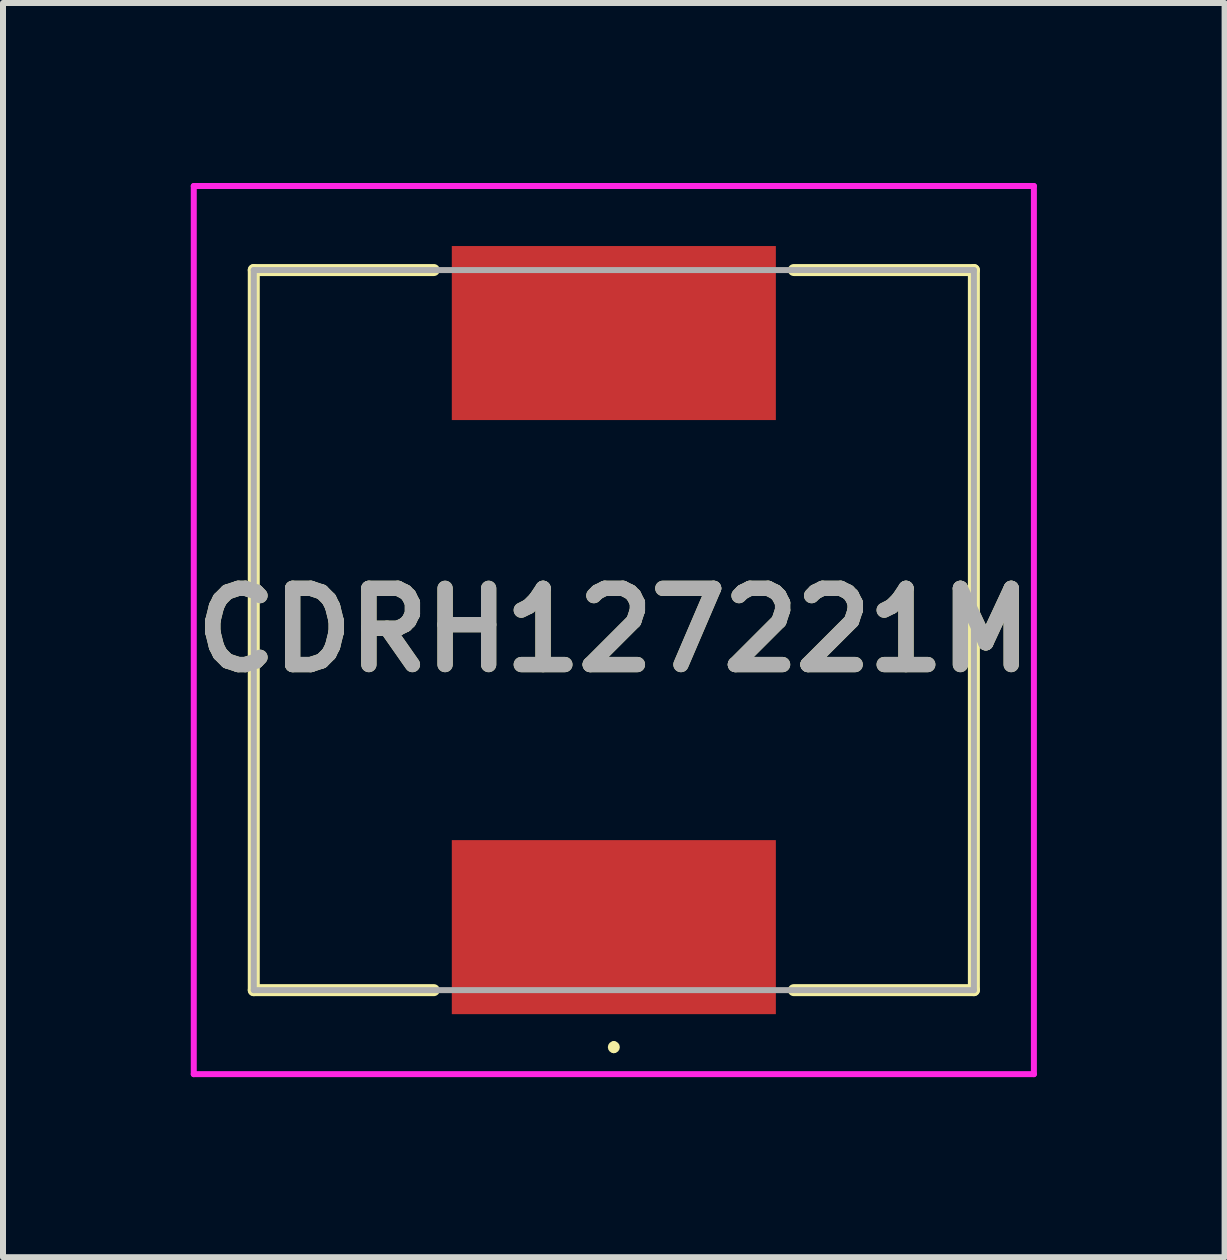
<source format=kicad_pcb>
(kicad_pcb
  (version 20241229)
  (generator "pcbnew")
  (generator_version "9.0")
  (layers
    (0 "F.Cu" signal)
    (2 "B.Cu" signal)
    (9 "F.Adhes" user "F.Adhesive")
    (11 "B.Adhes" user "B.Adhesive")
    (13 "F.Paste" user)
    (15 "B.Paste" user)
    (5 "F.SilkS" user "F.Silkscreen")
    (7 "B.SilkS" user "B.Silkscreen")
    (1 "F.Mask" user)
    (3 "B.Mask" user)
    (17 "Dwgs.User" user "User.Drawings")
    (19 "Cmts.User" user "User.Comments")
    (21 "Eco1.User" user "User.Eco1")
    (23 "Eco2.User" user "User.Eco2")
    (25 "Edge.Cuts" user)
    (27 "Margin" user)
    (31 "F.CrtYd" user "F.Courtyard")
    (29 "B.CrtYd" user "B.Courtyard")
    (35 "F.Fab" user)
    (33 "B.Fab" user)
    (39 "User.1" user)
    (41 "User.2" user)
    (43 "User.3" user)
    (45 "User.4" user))
  (footprint "CDRH127221M"
    (layer "F.Cu")
    (at 7.179 7.45)
    (property "Reference" "CDRH127221M" (at 0 0 0) (layer "F.SilkS") (effects (font (size 1.27 1.27) (thickness 0.254))))
    (attr smd)
    (fp_line (start -6 -6) (end -6 6) (stroke (width 0.2) (type solid)) (layer "F.SilkS"))
    (fp_line (start -6 6) (end -3 6) (stroke (width 0.2) (type solid)) (layer "F.SilkS"))
    (fp_line (start -3 -6) (end -6 -6) (stroke (width 0.2) (type solid)) (layer "F.SilkS"))
    (fp_line (start 0 6.9) (end 0 6.9) (stroke (width 0.1) (type solid)) (layer "F.SilkS"))
    (fp_line (start 0 7) (end 0 7) (stroke (width 0.1) (type solid)) (layer "F.SilkS"))
    (fp_line (start 3 6) (end 6 6) (stroke (width 0.2) (type solid)) (layer "F.SilkS"))
    (fp_line (start 6 -6) (end 3 -6) (stroke (width 0.2) (type solid)) (layer "F.SilkS"))
    (fp_line (start 6 6) (end 6 -6) (stroke (width 0.2) (type solid)) (layer "F.SilkS"))
    (fp_arc (start 0 6.9) (mid 0.05 6.95) (end 0 7) (stroke (width 0.1) (type solid)) (layer "F.SilkS"))
    (fp_arc (start 0 7) (mid -0.05 6.95) (end 0 6.9) (stroke (width 0.1) (type solid)) (layer "F.SilkS"))
    (fp_line (start -7 -7.4) (end 7 -7.4) (stroke (width 0.1) (type solid)) (layer "F.CrtYd"))
    (fp_line (start -7 7.4) (end -7 -7.4) (stroke (width 0.1) (type solid)) (layer "F.CrtYd"))
    (fp_line (start 7 -7.4) (end 7 7.4) (stroke (width 0.1) (type solid)) (layer "F.CrtYd"))
    (fp_line (start 7 7.4) (end -7 7.4) (stroke (width 0.1) (type solid)) (layer "F.CrtYd"))
    (fp_line (start -6 -6) (end -6 6) (stroke (width 0.1) (type solid)) (layer "F.Fab"))
    (fp_line (start -6 6) (end 6 6) (stroke (width 0.1) (type solid)) (layer "F.Fab"))
    (fp_line (start 6 -6) (end -6 -6) (stroke (width 0.1) (type solid)) (layer "F.Fab"))
    (fp_line (start 6 6) (end 6 -6) (stroke (width 0.1) (type solid)) (layer "F.Fab"))
    (fp_text user "${REFERENCE}" (at 0 0 0) (layer "F.Fab") (effects (font (size 1.27 1.27) (thickness 0.254))))
    (pad "1" smd rect (at 0 4.95 90) (size 2.9 5.4) (layers "F.Cu" "F.Mask" "F.Paste"))
    (pad "2" smd rect (at 0 -4.95 90) (size 2.9 5.4) (layers "F.Cu" "F.Mask" "F.Paste")))
  (gr_rect
    (start -3 -3)
    (end 17.357 17.9)
    (stroke (width 0.1) (type default))
    (fill no)
    (layer "Edge.Cuts")))
</source>
